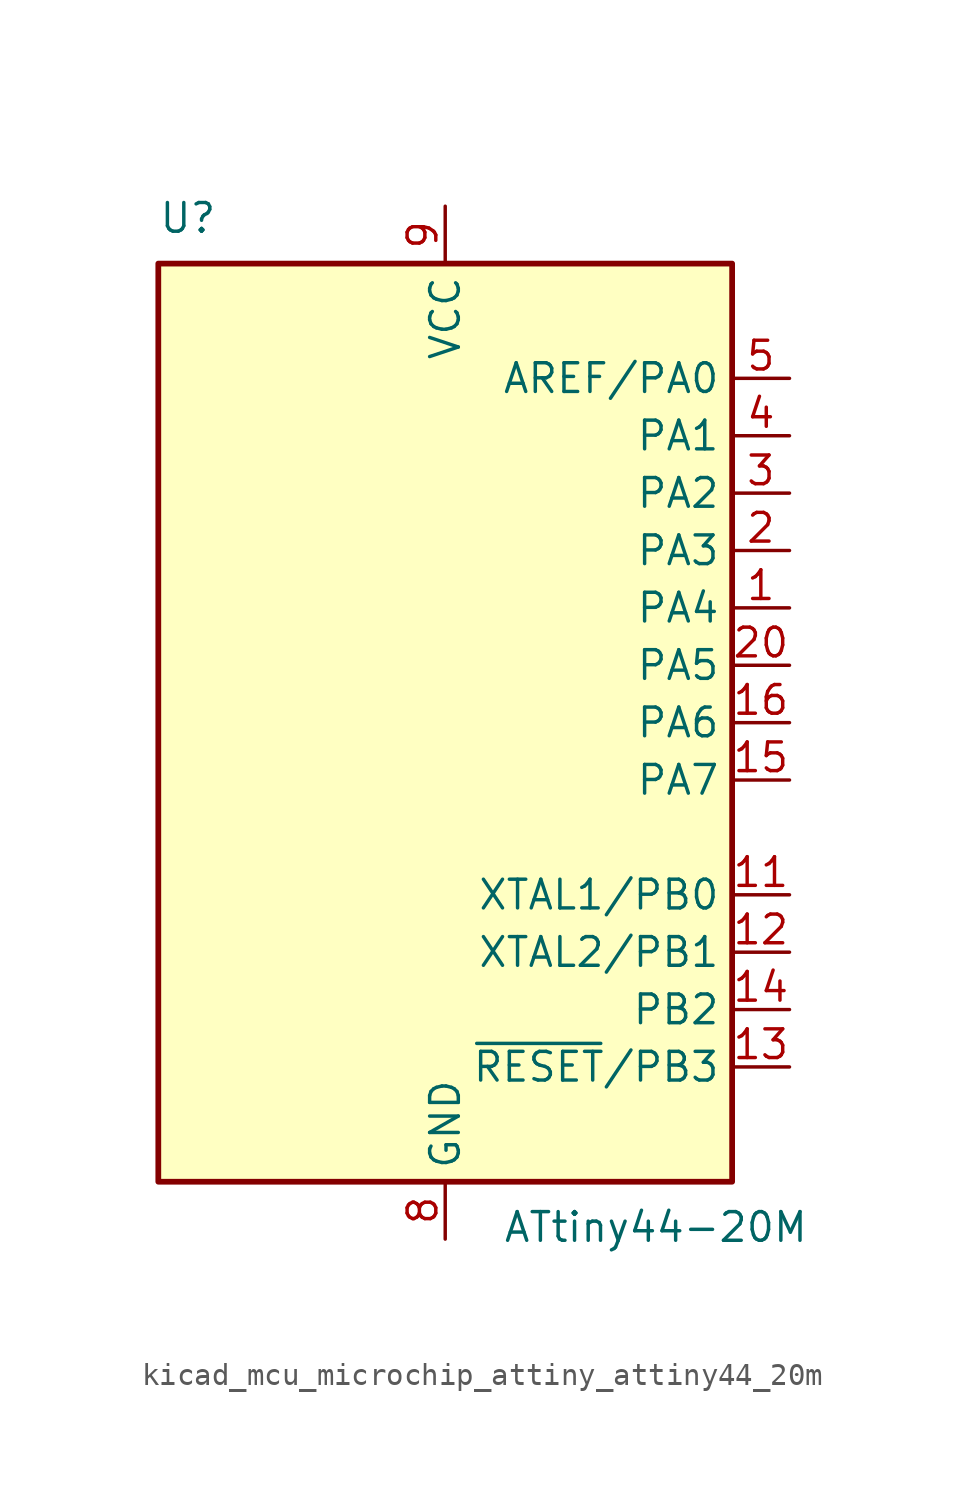
<source format=kicad_sym>
(kicad_symbol_lib
  (version 20220914)
  (generator kicad_symbol_editor)
  (symbol "kicad_mcu_microchip_attiny_attiny44_20m"
    (property "Reference" "U"
      (at -12.7 21.59 0)
      (effects (font (size 1.27 1.27)) (justify left bottom)))
    (property "Value" "ATtiny44-20M"
      (at 2.54 -21.59 0)
      (effects (font (size 1.27 1.27)) (justify left top)))
    (symbol "kicad_mcu_microchip_attiny_attiny44_20m_0_1"
      (rectangle (start -12.7 -20.32) (end 12.7 20.32) (stroke (width 0.254) (type default)) (fill (type background))))
    (symbol "kicad_mcu_microchip_attiny_attiny44_20m_1_1"
      (pin bidirectional line (at 15.24 5.08 180) (length 2.54) (name "PA4" (effects (font (size 1.27 1.27)))) (number "1" (effects (font (size 1.27 1.27)))))
      (pin no_connect line (at -12.7 -10.16 0) (length 2.54) hide (name "NC" (effects (font (size 1.27 1.27)))) (number "10" (effects (font (size 1.27 1.27)))))
      (pin bidirectional line (at 15.24 -7.62 180) (length 2.54) (name "XTAL1/PB0" (effects (font (size 1.27 1.27)))) (number "11" (effects (font (size 1.27 1.27)))))
      (pin bidirectional line (at 15.24 -10.16 180) (length 2.54) (name "XTAL2/PB1" (effects (font (size 1.27 1.27)))) (number "12" (effects (font (size 1.27 1.27)))))
      (pin bidirectional line (at 15.24 -15.24 180) (length 2.54) (name "~{RESET}/PB3" (effects (font (size 1.27 1.27)))) (number "13" (effects (font (size 1.27 1.27)))))
      (pin bidirectional line (at 15.24 -12.7 180) (length 2.54) (name "PB2" (effects (font (size 1.27 1.27)))) (number "14" (effects (font (size 1.27 1.27)))))
      (pin bidirectional line (at 15.24 -2.54 180) (length 2.54) (name "PA7" (effects (font (size 1.27 1.27)))) (number "15" (effects (font (size 1.27 1.27)))))
      (pin bidirectional line (at 15.24 0 180) (length 2.54) (name "PA6" (effects (font (size 1.27 1.27)))) (number "16" (effects (font (size 1.27 1.27)))))
      (pin no_connect line (at -12.7 -12.7 0) (length 2.54) hide (name "NC" (effects (font (size 1.27 1.27)))) (number "17" (effects (font (size 1.27 1.27)))))
      (pin no_connect line (at -12.7 -15.24 0) (length 2.54) hide (name "NC" (effects (font (size 1.27 1.27)))) (number "18" (effects (font (size 1.27 1.27)))))
      (pin no_connect line (at -12.7 -17.78 0) (length 2.54) hide (name "NC" (effects (font (size 1.27 1.27)))) (number "19" (effects (font (size 1.27 1.27)))))
      (pin bidirectional line (at 15.24 7.62 180) (length 2.54) (name "PA3" (effects (font (size 1.27 1.27)))) (number "2" (effects (font (size 1.27 1.27)))))
      (pin bidirectional line (at 15.24 2.54 180) (length 2.54) (name "PA5" (effects (font (size 1.27 1.27)))) (number "20" (effects (font (size 1.27 1.27)))))
      (pin passive line (at 0 -22.86 90) (length 2.54) hide (name "GND" (effects (font (size 1.27 1.27)))) (number "21" (effects (font (size 1.27 1.27)))))
      (pin bidirectional line (at 15.24 10.16 180) (length 2.54) (name "PA2" (effects (font (size 1.27 1.27)))) (number "3" (effects (font (size 1.27 1.27)))))
      (pin bidirectional line (at 15.24 12.7 180) (length 2.54) (name "PA1" (effects (font (size 1.27 1.27)))) (number "4" (effects (font (size 1.27 1.27)))))
      (pin bidirectional line (at 15.24 15.24 180) (length 2.54) (name "AREF/PA0" (effects (font (size 1.27 1.27)))) (number "5" (effects (font (size 1.27 1.27)))))
      (pin no_connect line (at -12.7 -5.08 0) (length 2.54) hide (name "NC" (effects (font (size 1.27 1.27)))) (number "6" (effects (font (size 1.27 1.27)))))
      (pin no_connect line (at -12.7 -7.62 0) (length 2.54) hide (name "NC" (effects (font (size 1.27 1.27)))) (number "7" (effects (font (size 1.27 1.27)))))
      (pin power_in line (at 0 -22.86 90) (length 2.54) (name "GND" (effects (font (size 1.27 1.27)))) (number "8" (effects (font (size 1.27 1.27)))))
      (pin power_in line (at 0 22.86 270) (length 2.54) (name "VCC" (effects (font (size 1.27 1.27)))) (number "9" (effects (font (size 1.27 1.27))))))))
</source>
